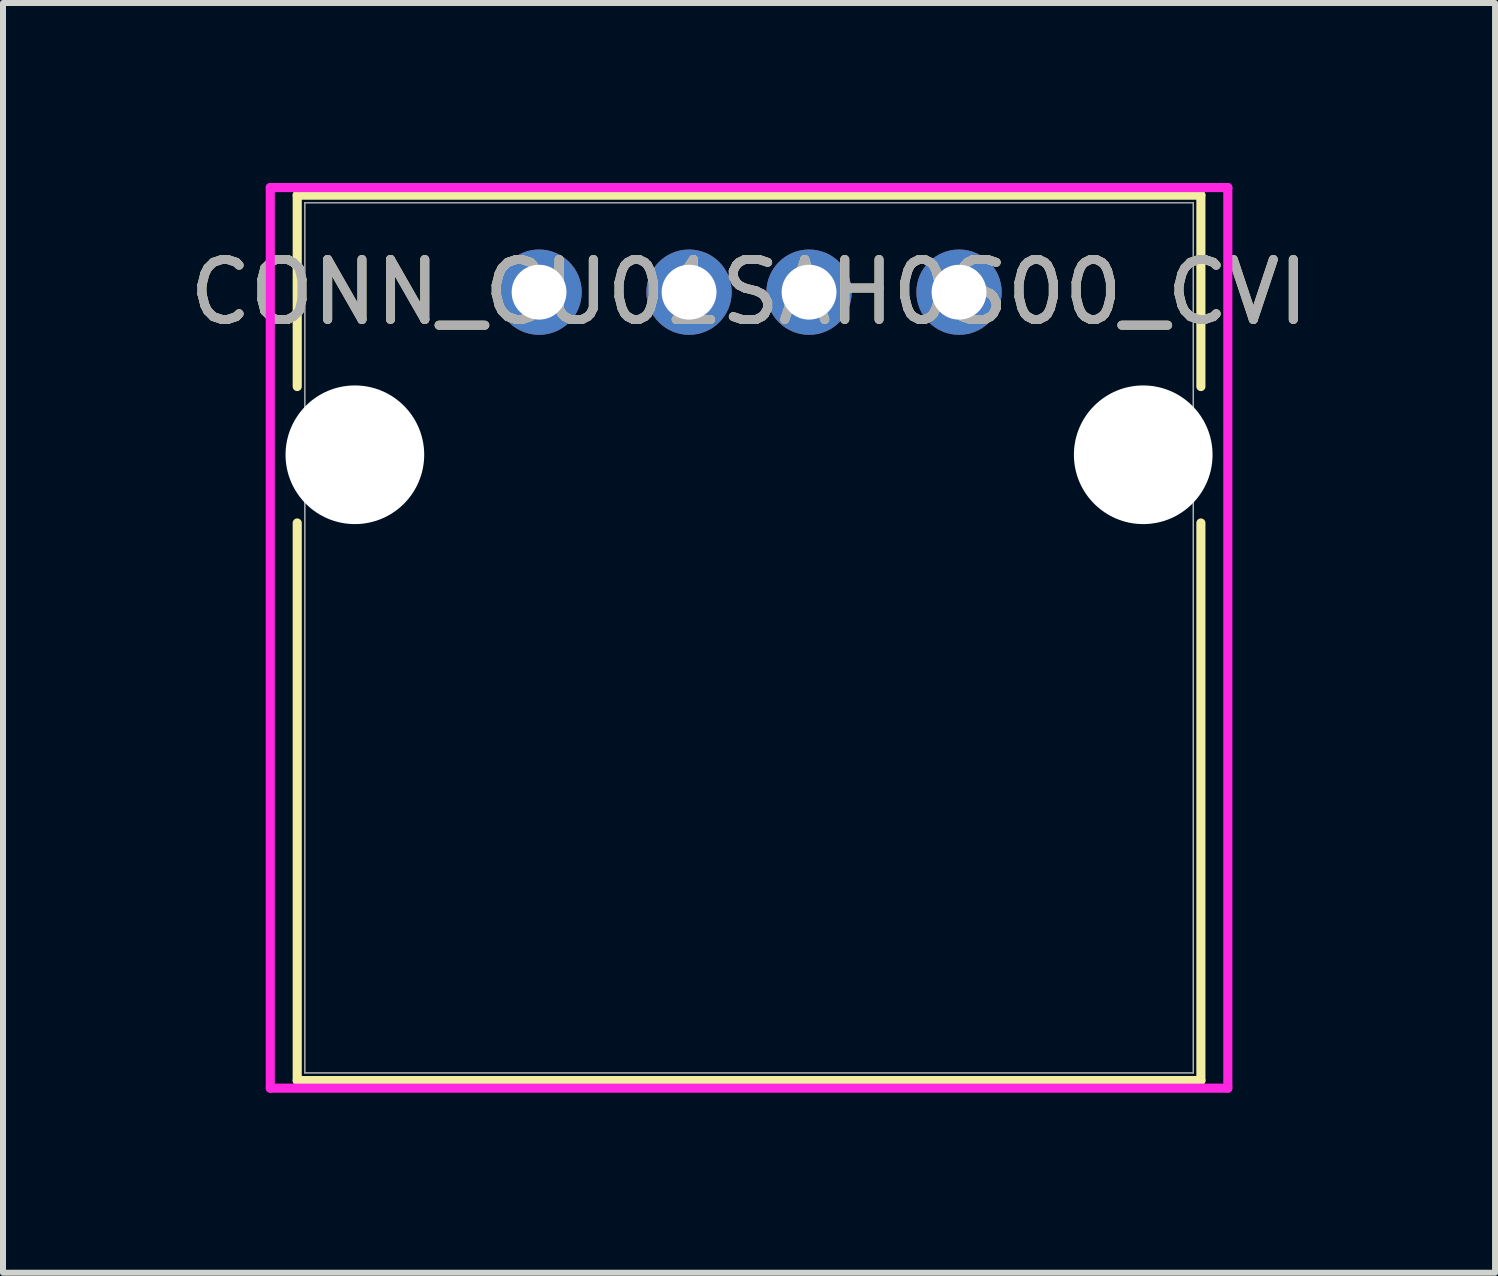
<source format=kicad_pcb>
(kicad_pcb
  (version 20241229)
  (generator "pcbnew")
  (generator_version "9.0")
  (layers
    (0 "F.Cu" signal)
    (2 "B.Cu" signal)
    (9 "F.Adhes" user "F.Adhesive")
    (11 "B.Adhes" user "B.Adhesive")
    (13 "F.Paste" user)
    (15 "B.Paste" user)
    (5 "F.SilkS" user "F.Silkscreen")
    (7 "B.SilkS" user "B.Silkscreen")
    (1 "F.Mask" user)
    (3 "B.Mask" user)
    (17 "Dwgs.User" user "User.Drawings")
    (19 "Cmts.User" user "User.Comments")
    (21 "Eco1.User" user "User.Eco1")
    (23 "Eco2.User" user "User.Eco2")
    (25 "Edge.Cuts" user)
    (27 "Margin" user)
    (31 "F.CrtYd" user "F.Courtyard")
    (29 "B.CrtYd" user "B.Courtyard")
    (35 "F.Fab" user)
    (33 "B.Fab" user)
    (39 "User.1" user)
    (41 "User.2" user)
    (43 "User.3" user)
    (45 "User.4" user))
  (footprint "CONN_CU01SAH0S00_CVI"
    (layer "F.Cu")
    (at 5.935 1.82)
    (property "Reference" "CONN_CU01SAH0S00_CVI" (at 3.5 0 0) (unlocked yes) (layer "F.SilkS") (effects (font (size 1 1) (thickness 0.15))))
    (attr through_hole)
    (fp_line (start -4.031 -1.617) (end -4.031 1.573) (stroke (width 0.152) (type solid)) (layer "F.SilkS"))
    (fp_line (start -4.031 3.847) (end -4.031 13.14) (stroke (width 0.152) (type solid)) (layer "F.SilkS"))
    (fp_line (start -4.031 13.14) (end 11.031 13.14) (stroke (width 0.152) (type solid)) (layer "F.SilkS"))
    (fp_line (start 11.031 -1.617) (end -4.031 -1.617) (stroke (width 0.152) (type solid)) (layer "F.SilkS"))
    (fp_line (start 11.031 1.573) (end 11.031 -1.617) (stroke (width 0.152) (type solid)) (layer "F.SilkS"))
    (fp_line (start 11.031 13.14) (end 11.031 3.847) (stroke (width 0.152) (type solid)) (layer "F.SilkS"))
    (fp_line (start -4.48 -1.744) (end -4.48 13.267) (stroke (width 0.152) (type solid)) (layer "F.CrtYd"))
    (fp_line (start -4.48 13.267) (end 11.48 13.267) (stroke (width 0.152) (type solid)) (layer "F.CrtYd"))
    (fp_line (start 11.48 -1.744) (end -4.48 -1.744) (stroke (width 0.152) (type solid)) (layer "F.CrtYd"))
    (fp_line (start 11.48 13.267) (end 11.48 -1.744) (stroke (width 0.152) (type solid)) (layer "F.CrtYd"))
    (fp_line (start -3.904 -1.49) (end -3.904 13.013) (stroke (width 0.025) (type solid)) (layer "F.Fab"))
    (fp_line (start -3.904 13.013) (end 10.904 13.013) (stroke (width 0.025) (type solid)) (layer "F.Fab"))
    (fp_line (start 10.904 -1.49) (end -3.904 -1.49) (stroke (width 0.025) (type solid)) (layer "F.Fab"))
    (fp_line (start 10.904 13.013) (end 10.904 -1.49) (stroke (width 0.025) (type solid)) (layer "F.Fab"))
    (fp_text user "${REFERENCE}" (at 3.5 0 0) (unlocked yes) (layer "F.Fab") (effects (font (size 1 1) (thickness 0.15))))
    (pad "" np_thru_hole circle (at -3.07 2.71) (size 2.311 2.311) (drill 2.311) (layers "*.Cu" "*.Mask"))
    (pad "" np_thru_hole circle (at 10.07 2.71) (size 2.311 2.311) (drill 2.311) (layers "*.Cu" "*.Mask"))
    (pad "1" thru_hole circle (at 0 0) (size 1.422 1.422) (drill 0.914) (layers "*.Cu" "*.Mask"))
    (pad "2" thru_hole circle (at 2.5 0) (size 1.422 1.422) (drill 0.914) (layers "*.Cu" "*.Mask"))
    (pad "3" thru_hole circle (at 4.5 0) (size 1.422 1.422) (drill 0.914) (layers "*.Cu" "*.Mask"))
    (pad "4" thru_hole circle (at 7 0) (size 1.422 1.422) (drill 0.914) (layers "*.Cu" "*.Mask")))
  (gr_rect
    (start -3 -3)
    (end 21.869 18.164)
    (stroke (width 0.1) (type default))
    (fill no)
    (layer "Edge.Cuts")))
</source>
